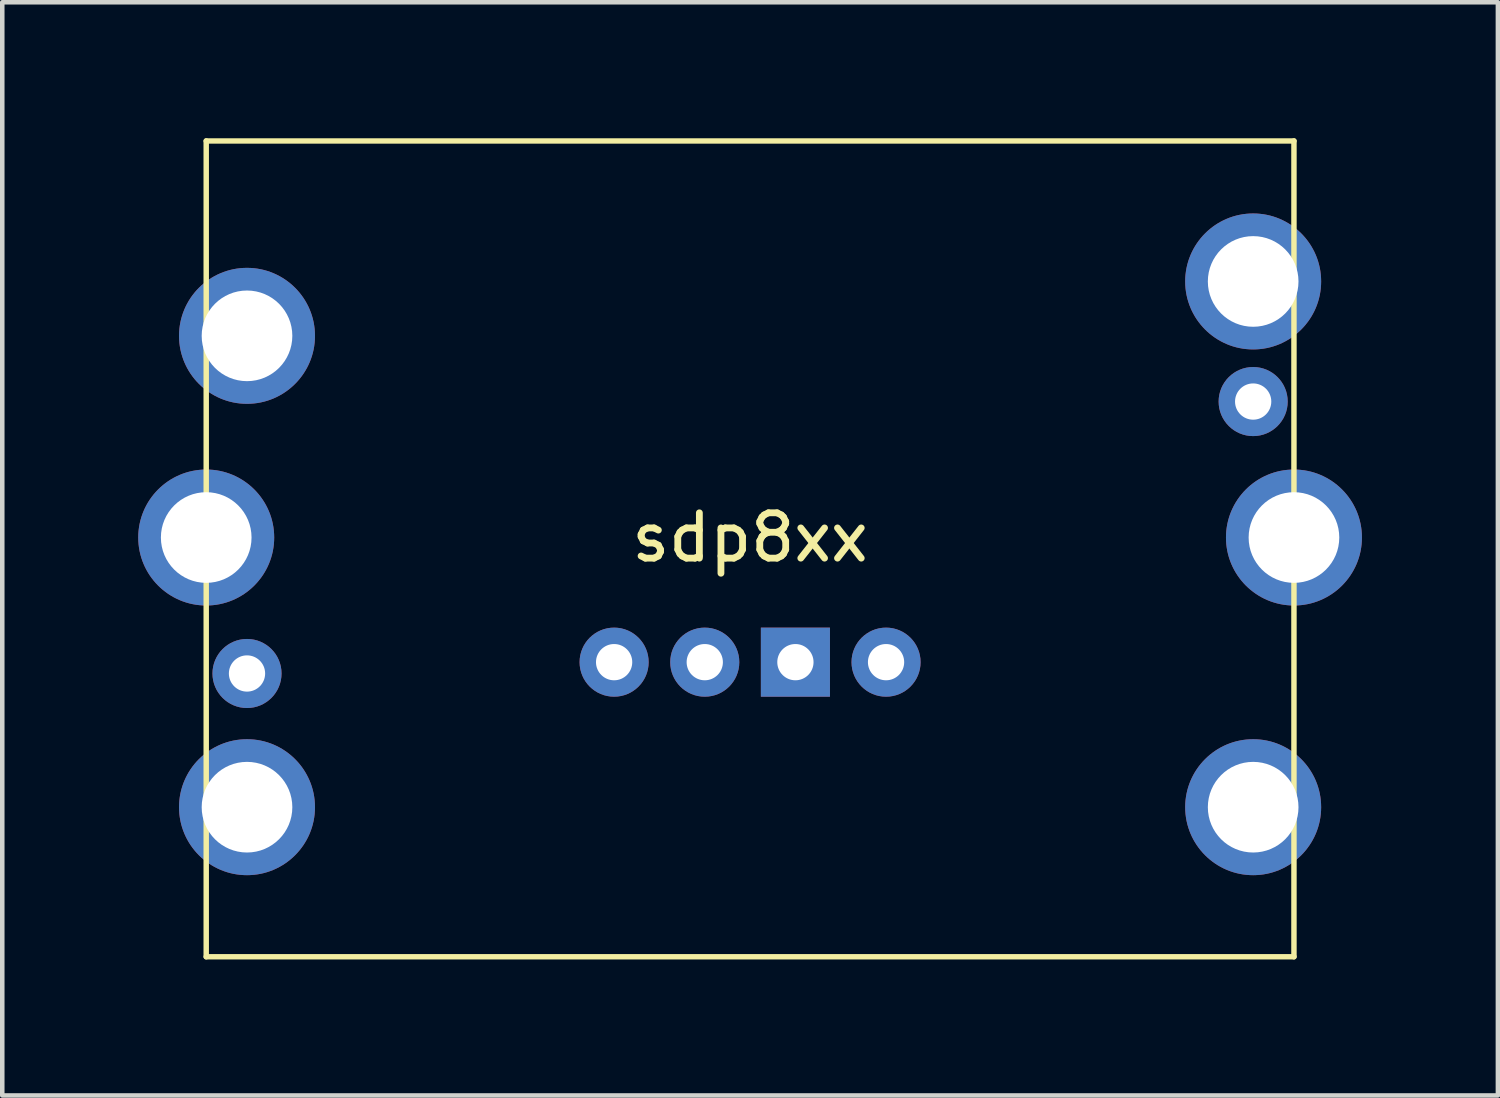
<source format=kicad_pcb>
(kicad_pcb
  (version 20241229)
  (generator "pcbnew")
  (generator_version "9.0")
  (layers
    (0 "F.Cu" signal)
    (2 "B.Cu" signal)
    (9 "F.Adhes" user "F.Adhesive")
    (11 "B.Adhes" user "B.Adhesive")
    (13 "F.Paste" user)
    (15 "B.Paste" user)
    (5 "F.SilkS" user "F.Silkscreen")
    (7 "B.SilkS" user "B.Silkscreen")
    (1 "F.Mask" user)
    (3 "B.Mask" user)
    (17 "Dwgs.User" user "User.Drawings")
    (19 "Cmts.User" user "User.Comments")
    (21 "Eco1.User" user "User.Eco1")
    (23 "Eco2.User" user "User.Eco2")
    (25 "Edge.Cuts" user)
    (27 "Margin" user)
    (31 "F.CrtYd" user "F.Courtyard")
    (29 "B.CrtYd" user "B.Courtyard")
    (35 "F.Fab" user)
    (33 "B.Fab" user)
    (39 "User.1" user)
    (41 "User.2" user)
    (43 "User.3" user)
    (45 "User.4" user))
  (footprint "sdp8xx"
    (layer "F.Cu")
    (at 13.5 8.81)
    (property "Reference" "sdp8xx" (at 0 0 0) (layer "F.SilkS") (effects (font (size 1 1) (thickness 0.15))))
    (attr through_hole)
    (fp_line (start -12 -8.75) (end -12 9.25) (stroke (width 0.12) (type solid)) (layer "F.SilkS"))
    (fp_line (start -12 -8.75) (end 12 -8.75) (stroke (width 0.12) (type solid)) (layer "F.SilkS"))
    (fp_line (start 12 -8.75) (end 12 9.25) (stroke (width 0.12) (type solid)) (layer "F.SilkS"))
    (fp_line (start 12 9.25) (end -12 9.25) (stroke (width 0.12) (type solid)) (layer "F.SilkS"))
    (pad "" np_thru_hole circle (at -12 0) (size 3 3) (drill 2) (layers "*.Cu" "*.Mask"))
    (pad "" np_thru_hole circle (at -11.1 -4.45) (size 3 3) (drill 2) (layers "*.Cu" "*.Mask"))
    (pad "" np_thru_hole circle (at -11.1 3) (size 1.524 1.524) (drill 0.8) (layers "*.Cu" "*.Mask"))
    (pad "" np_thru_hole circle (at -11.1 5.95) (size 3 3) (drill 2) (layers "*.Cu" "*.Mask"))
    (pad "" np_thru_hole circle (at 11.1 -5.65) (size 3 3) (drill 2) (layers "*.Cu" "*.Mask"))
    (pad "" np_thru_hole circle (at 11.1 -3) (size 1.524 1.524) (drill 0.8) (layers "*.Cu" "*.Mask"))
    (pad "" np_thru_hole circle (at 11.1 5.95) (size 3 3) (drill 2) (layers "*.Cu" "*.Mask"))
    (pad "" np_thru_hole circle (at 12 0) (size 3 3) (drill 2) (layers "*.Cu" "*.Mask"))
    (pad "0" thru_hole rect (at 1 2.75) (size 1.524 1.524) (drill 0.8) (layers "*.Cu" "*.Mask"))
    (pad "1" thru_hole circle (at -1 2.75) (size 1.524 1.524) (drill 0.8) (layers "*.Cu" "*.Mask"))
    (pad "2" thru_hole circle (at 3 2.75) (size 1.524 1.524) (drill 0.8) (layers "*.Cu" "*.Mask"))
    (pad "3" thru_hole circle (at -3 2.75) (size 1.524 1.524) (drill 0.8) (layers "*.Cu" "*.Mask")))
  (gr_rect
    (start -3 -3)
    (end 30 21.12)
    (stroke (width 0.1) (type default))
    (fill no)
    (layer "Edge.Cuts")))
</source>
